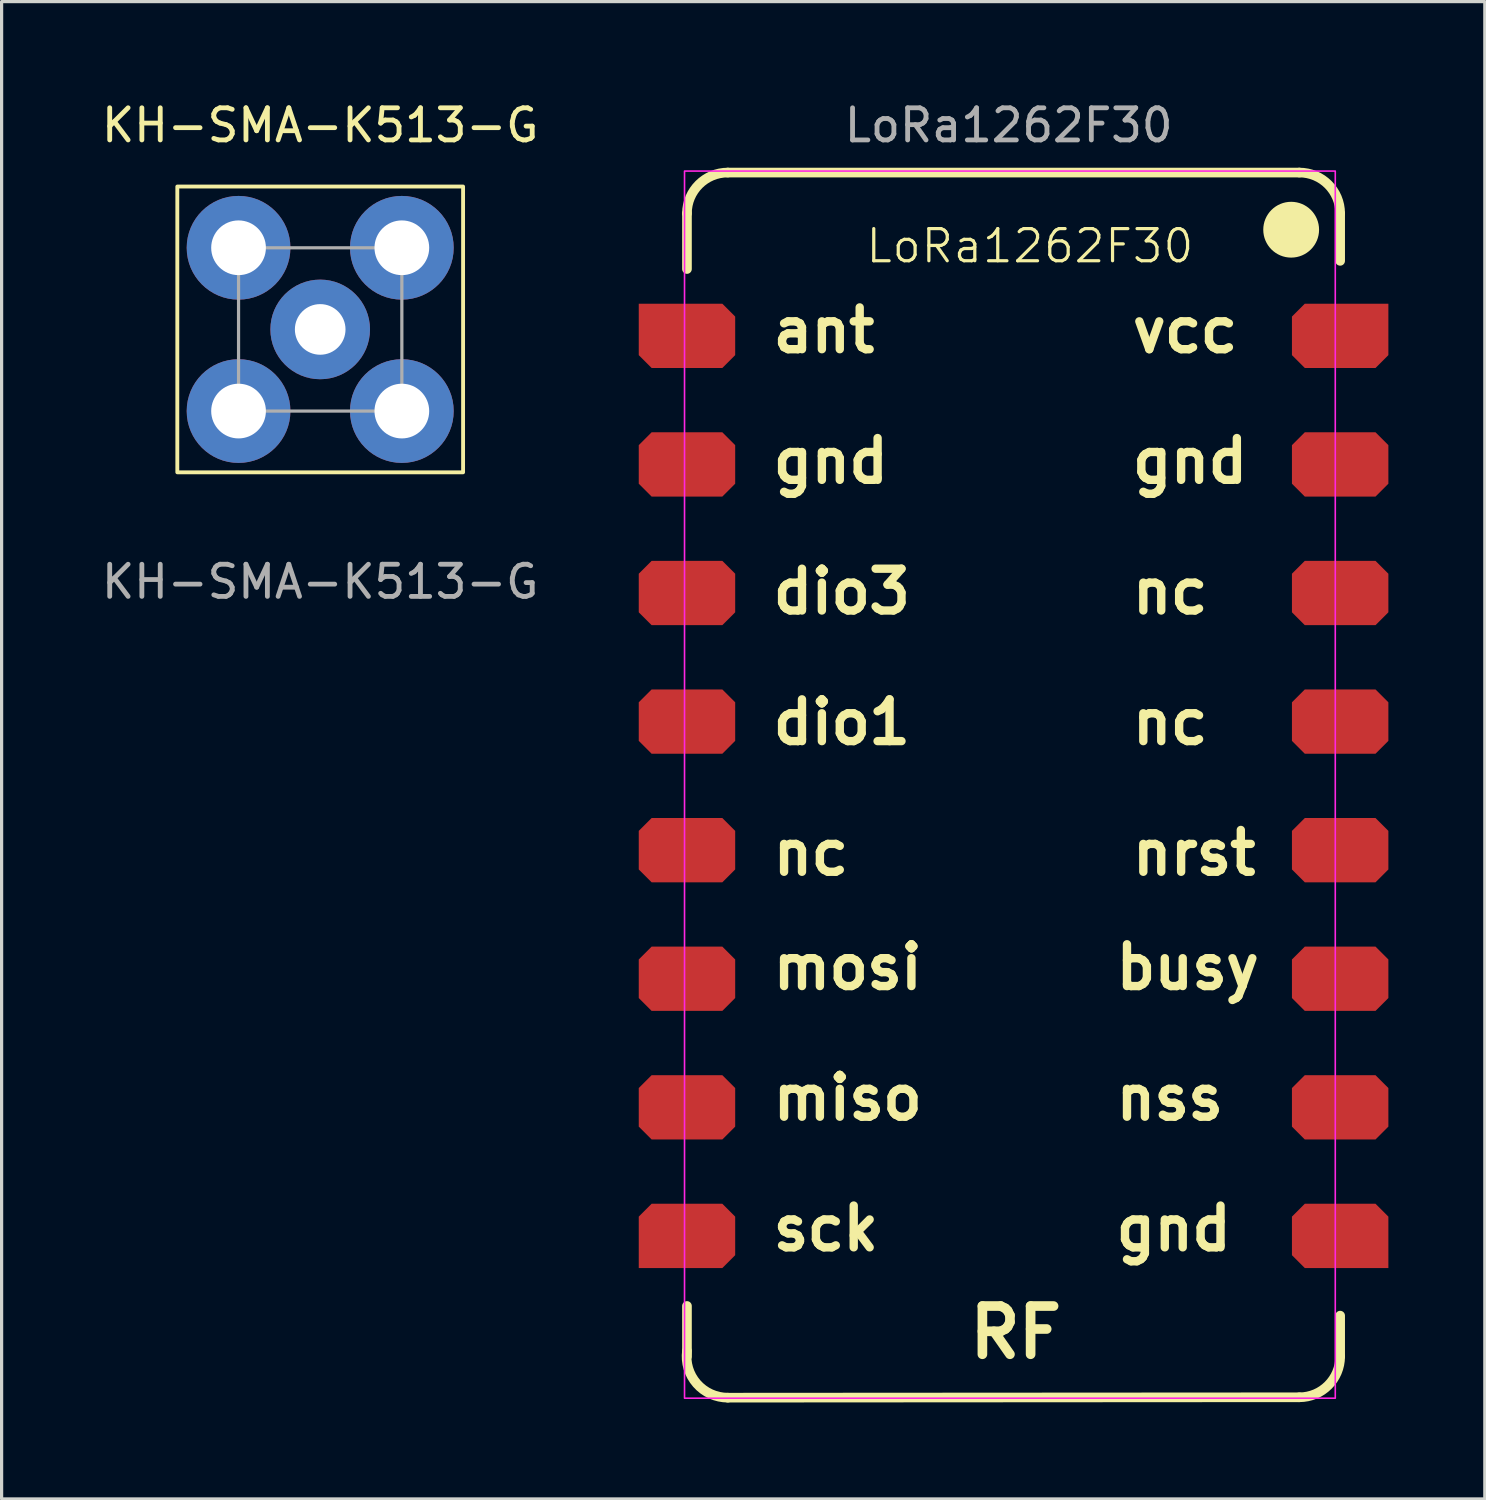
<source format=kicad_pcb>
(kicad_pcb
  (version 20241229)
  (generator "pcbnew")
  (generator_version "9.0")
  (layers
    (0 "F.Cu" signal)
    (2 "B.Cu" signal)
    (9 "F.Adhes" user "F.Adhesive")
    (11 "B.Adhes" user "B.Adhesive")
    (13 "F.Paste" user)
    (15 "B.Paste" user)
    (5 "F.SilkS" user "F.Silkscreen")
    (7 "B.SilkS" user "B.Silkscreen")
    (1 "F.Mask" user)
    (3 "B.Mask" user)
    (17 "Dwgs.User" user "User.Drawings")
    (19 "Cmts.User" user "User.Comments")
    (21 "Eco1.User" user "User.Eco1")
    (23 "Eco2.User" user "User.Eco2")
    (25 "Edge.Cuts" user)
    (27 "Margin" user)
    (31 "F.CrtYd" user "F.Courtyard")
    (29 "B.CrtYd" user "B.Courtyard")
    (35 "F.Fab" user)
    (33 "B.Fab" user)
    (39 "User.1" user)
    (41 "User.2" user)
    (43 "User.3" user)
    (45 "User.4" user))
  (footprint "KH-SMA-K513-G"
    (layer "F.Cu")
    (at 6.911 7.198)
    (property "Reference" "KH-SMA-K513-G" (at 0 -6.35 0) (unlocked yes) (layer "F.SilkS") (effects (font (size 1 1) (thickness 0.15))))
    (attr through_hole)
    (fp_rect (start -4.445 -4.445) (end 4.445 4.445) (stroke (width 0.12) (type solid)) (fill no) (layer "F.SilkS"))
    (fp_rect (start -2.54 -2.54) (end 2.54 2.54) (stroke (width 0.1) (type solid)) (fill no) (layer "F.Fab"))
    (fp_text user "${REFERENCE}" (at 0 7.85 0) (unlocked yes) (layer "F.Fab") (effects (font (size 1 1) (thickness 0.15))))
    (pad "1" thru_hole circle (at 0 0) (size 3.099 3.099) (drill 1.575) (layers "*.Cu" "*.Mask"))
    (pad "2" thru_hole circle (at -2.54 -2.54) (size 3.226 3.226) (drill 1.702) (layers "*.Cu" "*.Mask"))
    (pad "2" thru_hole circle (at -2.54 2.54) (size 3.226 3.226) (drill 1.702) (layers "*.Cu" "*.Mask"))
    (pad "2" thru_hole circle (at 2.54 -2.54) (size 3.226 3.226) (drill 1.702) (layers "*.Cu" "*.Mask"))
    (pad "2" thru_hole circle (at 2.54 2.54) (size 3.226 3.226) (drill 1.702) (layers "*.Cu" "*.Mask")))
  (footprint "LoRa1262F30"
    (layer "F.Cu")
    (at 28.481 21.368)
    (property "Reference" "LoRa1262F30" (at 0.508 -16.764 0) (unlocked yes) (layer "F.SilkS") (effects (font (size 1 1) (thickness 0.1))))
    (attr smd)
    (fp_line (start -10.16 -17.78) (end -10.16 -16.049) (stroke (width 0.3) (type default)) (layer "F.SilkS"))
    (fp_line (start -10.16 16.209) (end -10.16 17.78) (stroke (width 0.3) (type default)) (layer "F.SilkS"))
    (fp_line (start -8.89 19.062) (end 8.89 19.05) (stroke (width 0.3) (type default)) (layer "F.SilkS"))
    (fp_line (start 8.89 -19.05) (end -8.89 -19.05) (stroke (width 0.3) (type default)) (layer "F.SilkS"))
    (fp_line (start 10.16 -16.303) (end 10.16 -17.78) (stroke (width 0.3) (type default)) (layer "F.SilkS"))
    (fp_line (start 10.16 17.78) (end 10.16 16.51) (stroke (width 0.3) (type default)) (layer "F.SilkS"))
    (fp_arc (start -10.16 -17.78) (mid -9.788026 -18.678026) (end -8.89 -19.05) (stroke (width 0.3) (type default)) (layer "F.SilkS"))
    (fp_arc (start -8.89 19.061864) (mid -9.855977 18.622654) (end -10.16 17.606) (stroke (width 0.3) (type default)) (layer "F.SilkS"))
    (fp_arc (start 8.89 -19.05) (mid 9.788026 -18.678026) (end 10.16 -17.78) (stroke (width 0.3) (type default)) (layer "F.SilkS"))
    (fp_arc (start 10.16 17.78) (mid 9.788026 18.678026) (end 8.89 19.05) (stroke (width 0.3) (type default)) (layer "F.SilkS"))
    (fp_circle (center 8.636 -17.272) (end 9.354 -17.272) (stroke (width 0.3) (type solid)) (fill yes) (layer "F.SilkS"))
    (fp_rect (start -10.236 -19.097) (end 10.008 19.079) (stroke (width 0.05) (type default)) (fill no) (layer "F.CrtYd"))
    (fp_text user "dio3" (at -7.62 -5.254 0) (unlocked yes) (layer "F.SilkS") (effects (font (size 1.3 1.3) (thickness 0.26) (bold yes)) (justify left bottom)))
    (fp_text user "RF" (at -1.524 17.911 0) (unlocked yes) (layer "F.SilkS") (effects (font (size 1.5 1.5) (thickness 0.3) (bold yes)) (justify left bottom)))
    (fp_text user "nc" (at -7.62 2.874 0) (unlocked yes) (layer "F.SilkS") (effects (font (size 1.3 1.3) (thickness 0.26) (bold yes)) (justify left bottom)))
    (fp_text user "nrst" (at 3.556 2.874 0) (unlocked yes) (layer "F.SilkS") (effects (font (size 1.3 1.3) (thickness 0.26) (bold yes)) (justify left bottom)))
    (fp_text user "ant" (at -7.62 -13.382 0) (unlocked yes) (layer "F.SilkS") (effects (font (size 1.3 1.3) (thickness 0.26) (bold yes)) (justify left bottom)))
    (fp_text user "nss" (at 3.048 10.494 0) (unlocked yes) (layer "F.SilkS") (effects (font (size 1.3 1.3) (thickness 0.26) (bold yes)) (justify left bottom)))
    (fp_text user "mosi" (at -7.62 6.43 0) (unlocked yes) (layer "F.SilkS") (effects (font (size 1.3 1.3) (thickness 0.26) (bold yes)) (justify left bottom)))
    (fp_text user "vcc" (at 3.556 -13.382 0) (unlocked yes) (layer "F.SilkS") (effects (font (size 1.3 1.3) (thickness 0.26) (bold yes)) (justify left bottom)))
    (fp_text user "gnd" (at 3.556 -9.318 0) (unlocked yes) (layer "F.SilkS") (effects (font (size 1.3 1.3) (thickness 0.26) (bold yes)) (justify left bottom)))
    (fp_text user "miso" (at -7.62 10.494 0) (unlocked yes) (layer "F.SilkS") (effects (font (size 1.3 1.3) (thickness 0.26) (bold yes)) (justify left bottom)))
    (fp_text user "gnd" (at 3.048 14.558 0) (unlocked yes) (layer "F.SilkS") (effects (font (size 1.3 1.3) (thickness 0.26) (bold yes)) (justify left bottom)))
    (fp_text user "dio1" (at -7.62 -1.19 0) (unlocked yes) (layer "F.SilkS") (effects (font (size 1.3 1.3) (thickness 0.26) (bold yes)) (justify left bottom)))
    (fp_text user "nc" (at 3.556 -1.19 0) (unlocked yes) (layer "F.SilkS") (effects (font (size 1.3 1.3) (thickness 0.26) (bold yes)) (justify left bottom)))
    (fp_text user "nc" (at 3.556 -5.254 0) (unlocked yes) (layer "F.SilkS") (effects (font (size 1.3 1.3) (thickness 0.26) (bold yes)) (justify left bottom)))
    (fp_text user "sck" (at -7.62 14.558 0) (unlocked yes) (layer "F.SilkS") (effects (font (size 1.3 1.3) (thickness 0.26) (bold yes)) (justify left bottom)))
    (fp_text user "gnd" (at -7.62 -9.318 0) (unlocked yes) (layer "F.SilkS") (effects (font (size 1.3 1.3) (thickness 0.26) (bold yes)) (justify left bottom)))
    (fp_text user "busy" (at 3.048 6.43 0) (unlocked yes) (layer "F.SilkS") (effects (font (size 1.3 1.3) (thickness 0.26) (bold yes)) (justify left bottom)))
    (fp_text user "${REFERENCE}" (at -0.152 -20.519 0) (unlocked yes) (layer "F.Fab") (effects (font (size 1 1) (thickness 0.15))))
    (pad "1" smd roundrect (at 10.16 -13.97) (size 3 2) (layers "F.Cu" "F.Mask" "F.Paste") (roundrect_rratio 0) (chamfer_ratio 0.2) (chamfer top_left bottom_left bottom_right))
    (pad "2" smd roundrect (at 10.16 -9.97) (size 3 2) (layers "F.Cu" "F.Mask" "F.Paste") (roundrect_rratio 0) (chamfer_ratio 0.2) (chamfer top_left top_right bottom_left bottom_right))
    (pad "3" smd roundrect (at 10.16 -5.97) (size 3 2) (layers "F.Cu" "F.Mask" "F.Paste") (roundrect_rratio 0) (chamfer_ratio 0.2) (chamfer top_left top_right bottom_left bottom_right))
    (pad "4" smd roundrect (at 10.16 -1.97) (size 3 2) (layers "F.Cu" "F.Mask" "F.Paste") (roundrect_rratio 0) (chamfer_ratio 0.2) (chamfer top_left top_right bottom_left bottom_right))
    (pad "5" smd roundrect (at 10.16 2.03) (size 3 2) (layers "F.Cu" "F.Mask" "F.Paste") (roundrect_rratio 0) (chamfer_ratio 0.2) (chamfer top_left top_right bottom_left bottom_right))
    (pad "6" smd roundrect (at 10.16 6.03) (size 3 2) (layers "F.Cu" "F.Mask" "F.Paste") (roundrect_rratio 0) (chamfer_ratio 0.2) (chamfer top_left top_right bottom_left bottom_right))
    (pad "7" smd roundrect (at 10.16 10.03) (size 3 2) (layers "F.Cu" "F.Mask" "F.Paste") (roundrect_rratio 0) (chamfer_ratio 0.2) (chamfer top_left top_right bottom_left bottom_right))
    (pad "8" smd roundrect (at 10.16 14.03) (size 3 2) (layers "F.Cu" "F.Mask" "F.Paste") (roundrect_rratio 0) (chamfer_ratio 0.2) (chamfer top_left top_right bottom_left))
    (pad "9" smd roundrect (at -10.16 14.03) (size 3 2) (layers "F.Cu" "F.Mask" "F.Paste") (roundrect_rratio 0) (chamfer_ratio 0.2) (chamfer top_left top_right bottom_right))
    (pad "10" smd roundrect (at -10.16 10.03) (size 3 2) (layers "F.Cu" "F.Mask" "F.Paste") (roundrect_rratio 0) (chamfer_ratio 0.2) (chamfer top_left top_right bottom_left bottom_right))
    (pad "11" smd roundrect (at -10.16 6.03) (size 3 2) (layers "F.Cu" "F.Mask" "F.Paste") (roundrect_rratio 0) (chamfer_ratio 0.2) (chamfer top_left top_right bottom_left bottom_right))
    (pad "12" smd roundrect (at -10.16 2.03) (size 3 2) (layers "F.Cu" "F.Mask" "F.Paste") (roundrect_rratio 0) (chamfer_ratio 0.2) (chamfer top_left top_right bottom_left bottom_right))
    (pad "13" smd roundrect (at -10.16 -1.97) (size 3 2) (layers "F.Cu" "F.Mask" "F.Paste") (roundrect_rratio 0) (chamfer_ratio 0.2) (chamfer top_left top_right bottom_left bottom_right))
    (pad "14" smd roundrect (at -10.16 -5.97) (size 3 2) (layers "F.Cu" "F.Mask" "F.Paste") (roundrect_rratio 0) (chamfer_ratio 0.2) (chamfer top_left top_right bottom_left bottom_right))
    (pad "15" smd roundrect (at -10.16 -9.97) (size 3 2) (layers "F.Cu" "F.Mask" "F.Paste") (roundrect_rratio 0) (chamfer_ratio 0.2) (chamfer top_left top_right bottom_left bottom_right))
    (pad "16" smd roundrect (at -10.16 -13.97) (size 3 2) (layers "F.Cu" "F.Mask" "F.Paste") (roundrect_rratio 0) (chamfer_ratio 0.2) (chamfer top_right bottom_left bottom_right)))
  (gr_rect
    (start -3 -3)
    (end 43.141 43.58)
    (stroke (width 0.1) (type default))
    (fill no)
    (layer "Edge.Cuts")))
</source>
